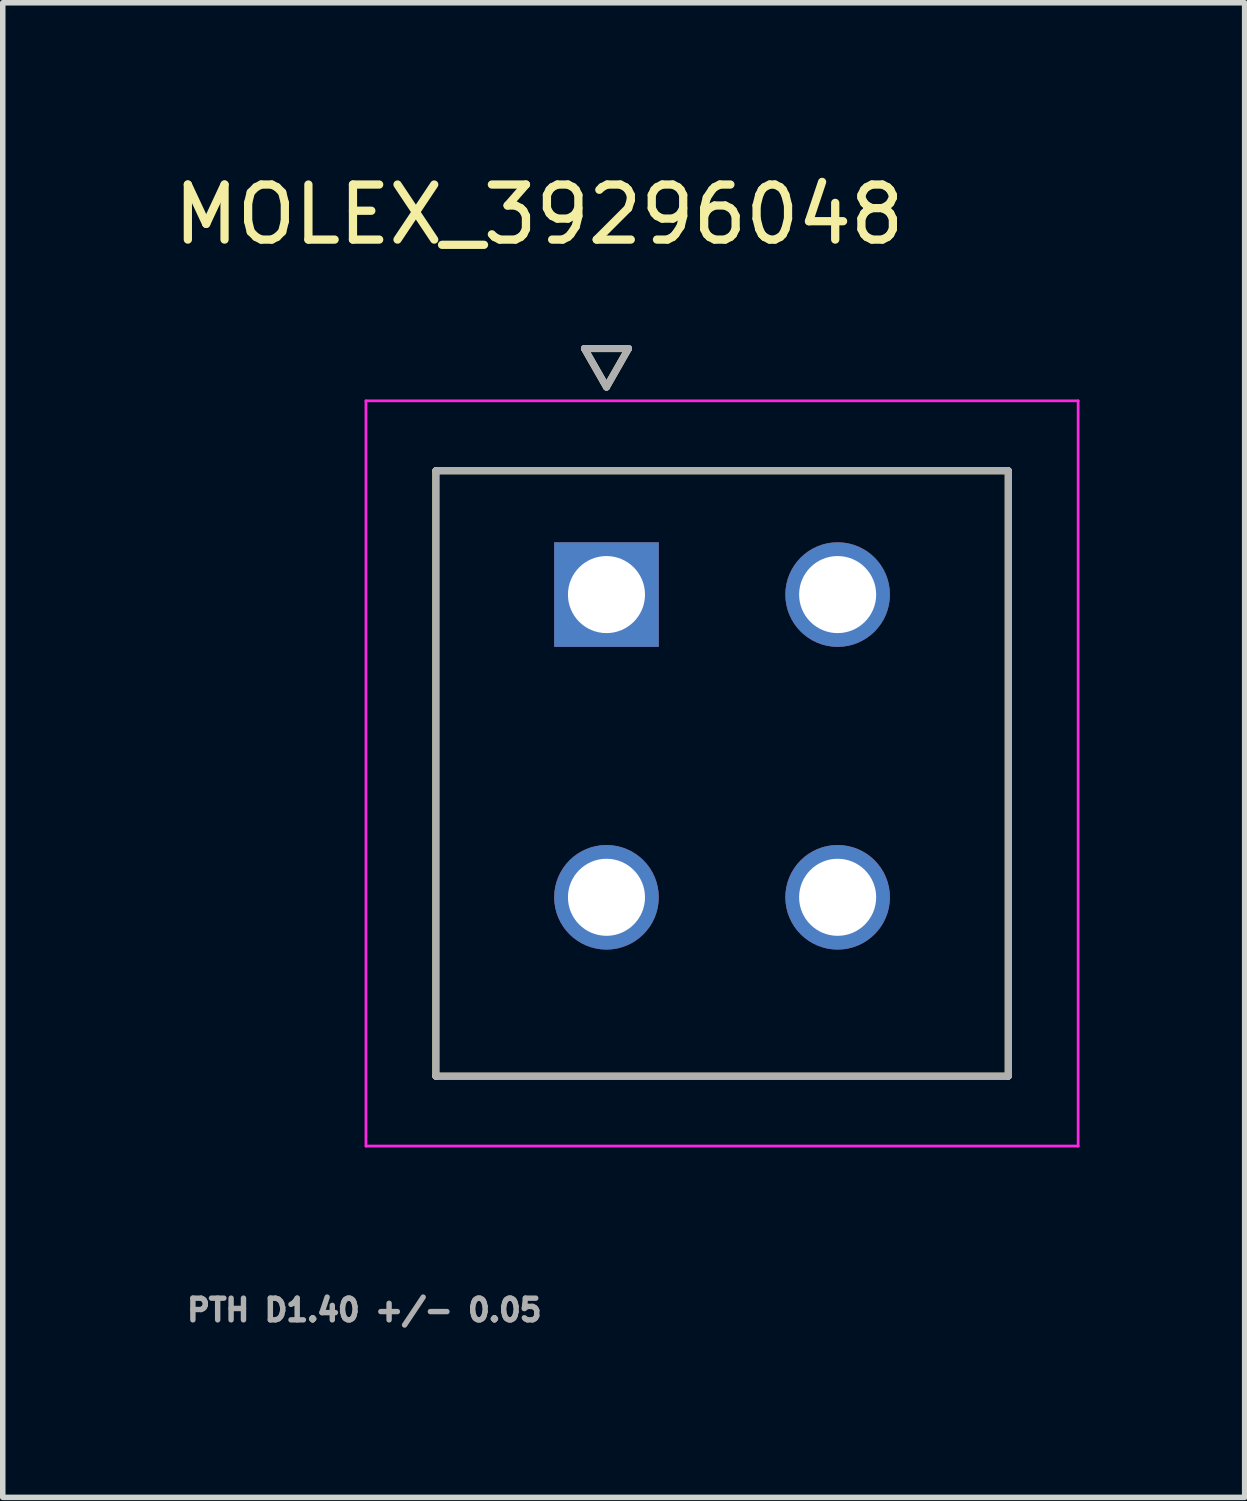
<source format=kicad_pcb>
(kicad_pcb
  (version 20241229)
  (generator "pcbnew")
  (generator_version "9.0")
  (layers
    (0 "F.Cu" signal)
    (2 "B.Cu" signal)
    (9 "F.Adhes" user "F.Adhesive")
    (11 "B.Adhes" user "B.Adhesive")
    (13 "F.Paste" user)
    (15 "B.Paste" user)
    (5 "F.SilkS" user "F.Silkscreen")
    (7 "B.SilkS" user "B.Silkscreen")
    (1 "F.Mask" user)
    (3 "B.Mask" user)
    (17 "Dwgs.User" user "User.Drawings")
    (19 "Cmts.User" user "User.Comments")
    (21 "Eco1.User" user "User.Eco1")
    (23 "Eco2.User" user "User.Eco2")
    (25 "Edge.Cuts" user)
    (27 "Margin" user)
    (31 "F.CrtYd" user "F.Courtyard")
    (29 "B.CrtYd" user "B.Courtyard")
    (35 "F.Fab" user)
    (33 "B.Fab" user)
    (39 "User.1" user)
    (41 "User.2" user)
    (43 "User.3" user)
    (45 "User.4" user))
  (footprint "MOLEX_39296048"
    (layer "F.Cu")
    (at 7.969 7.753)
    (property "Reference" "MOLEX_39296048" (at -1.225 -6.905 0) (layer "F.SilkS") (effects (font (size 1 1) (thickness 0.15))))
    (attr through_hole)
    (fp_circle (center 0 5.5) (end 0.513 5.5) (stroke (width 1.026) (type solid)) (fill no) (layer "F.Mask"))
    (fp_circle (center 4.2 0) (end 4.713 0) (stroke (width 1.026) (type solid)) (fill no) (layer "F.Mask"))
    (fp_circle (center 4.2 5.5) (end 4.713 5.5) (stroke (width 1.026) (type solid)) (fill no) (layer "F.Mask"))
    (fp_poly (pts (xy -1.026 -1.026) (xy 1.026 -1.026) (xy 1.026 1.026) (xy -1.026 1.026)) (stroke (width 0.01) (type solid)) (fill yes) (layer "F.Mask"))
    (fp_circle (center 0 5.5) (end 0.513 5.5) (stroke (width 1.026) (type solid)) (fill no) (layer "B.Mask"))
    (fp_circle (center 4.2 0) (end 4.713 0) (stroke (width 1.026) (type solid)) (fill no) (layer "B.Mask"))
    (fp_circle (center 4.2 5.5) (end 4.713 5.5) (stroke (width 1.026) (type solid)) (fill no) (layer "B.Mask"))
    (fp_poly (pts (xy -1.026 -1.026) (xy 1.026 -1.026) (xy 1.026 1.026) (xy -1.026 1.026)) (stroke (width 0.01) (type solid)) (fill yes) (layer "B.Mask"))
    (fp_line (start -3.1 -2.25) (end 7.3 -2.25) (stroke (width 0.127) (type solid)) (layer "F.SilkS"))
    (fp_line (start -3.1 8.75) (end -3.1 -2.25) (stroke (width 0.127) (type solid)) (layer "F.SilkS"))
    (fp_line (start -0.4 -4.47) (end 0 -3.77) (stroke (width 0.127) (type solid)) (layer "F.SilkS"))
    (fp_line (start 0 -3.77) (end 0.4 -4.47) (stroke (width 0.127) (type solid)) (layer "F.SilkS"))
    (fp_line (start 0.4 -4.47) (end -0.4 -4.47) (stroke (width 0.127) (type solid)) (layer "F.SilkS"))
    (fp_line (start 7.3 -2.25) (end 7.3 8.75) (stroke (width 0.127) (type solid)) (layer "F.SilkS"))
    (fp_line (start 7.3 8.75) (end -3.1 8.75) (stroke (width 0.127) (type solid)) (layer "F.SilkS"))
    (fp_line (start -4.37 -3.52) (end 8.57 -3.52) (stroke (width 0.05) (type solid)) (layer "F.CrtYd"))
    (fp_line (start -4.37 10.02) (end -4.37 -3.52) (stroke (width 0.05) (type solid)) (layer "F.CrtYd"))
    (fp_line (start 8.57 -3.52) (end 8.57 10.02) (stroke (width 0.05) (type solid)) (layer "F.CrtYd"))
    (fp_line (start 8.57 10.02) (end -4.37 10.02) (stroke (width 0.05) (type solid)) (layer "F.CrtYd"))
    (fp_line (start -3.1 -2.25) (end 7.3 -2.25) (stroke (width 0.127) (type solid)) (layer "F.Fab"))
    (fp_line (start -3.1 8.75) (end -3.1 -2.25) (stroke (width 0.127) (type solid)) (layer "F.Fab"))
    (fp_line (start -0.4 -4.47) (end 0 -3.77) (stroke (width 0.127) (type solid)) (layer "F.Fab"))
    (fp_line (start 0 -3.77) (end 0.4 -4.47) (stroke (width 0.127) (type solid)) (layer "F.Fab"))
    (fp_line (start 0.4 -4.47) (end -0.4 -4.47) (stroke (width 0.127) (type solid)) (layer "F.Fab"))
    (fp_line (start 7.3 -2.25) (end 7.3 8.75) (stroke (width 0.127) (type solid)) (layer "F.Fab"))
    (fp_line (start 7.3 8.75) (end -3.1 8.75) (stroke (width 0.127) (type solid)) (layer "F.Fab"))
    (fp_text user "PTH D1.40 +/- 0.05" (at -4.4 13 0) (layer "F.Fab") (effects (font (size 0.394 0.394) (thickness 0.15))))
    (pad "1" thru_hole rect (at 0 0) (size 1.9 1.9) (drill 1.4) (layers "*.Cu"))
    (pad "2" thru_hole circle (at 4.2 0) (size 1.9 1.9) (drill 1.4) (layers "*.Cu"))
    (pad "3" thru_hole circle (at 0 5.5) (size 1.9 1.9) (drill 1.4) (layers "*.Cu"))
    (pad "4" thru_hole circle (at 4.2 5.5) (size 1.9 1.9) (drill 1.4) (layers "*.Cu")))
  (gr_rect
    (start -3 -3)
    (end 19.564 24.156)
    (stroke (width 0.1) (type default))
    (fill no)
    (layer "Edge.Cuts")))
</source>
